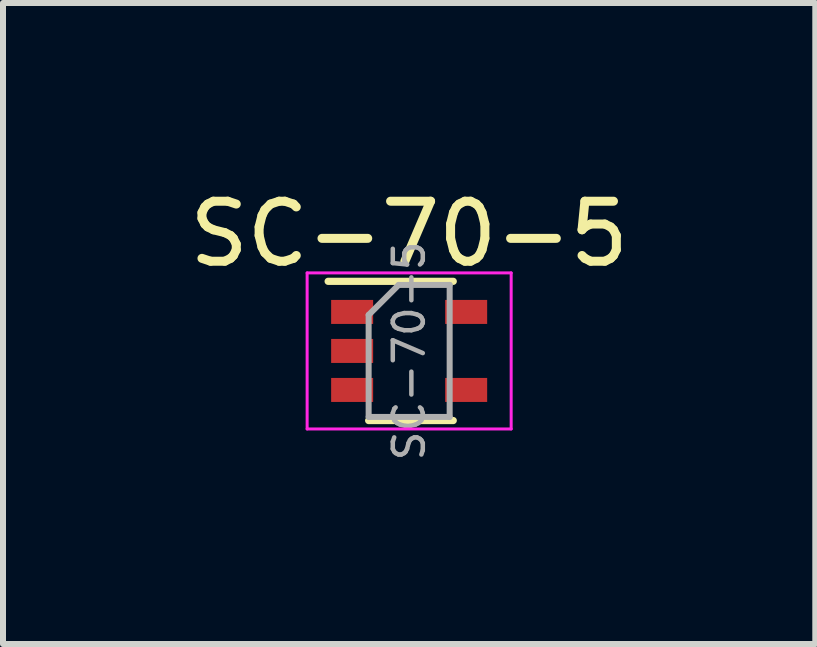
<source format=kicad_pcb>
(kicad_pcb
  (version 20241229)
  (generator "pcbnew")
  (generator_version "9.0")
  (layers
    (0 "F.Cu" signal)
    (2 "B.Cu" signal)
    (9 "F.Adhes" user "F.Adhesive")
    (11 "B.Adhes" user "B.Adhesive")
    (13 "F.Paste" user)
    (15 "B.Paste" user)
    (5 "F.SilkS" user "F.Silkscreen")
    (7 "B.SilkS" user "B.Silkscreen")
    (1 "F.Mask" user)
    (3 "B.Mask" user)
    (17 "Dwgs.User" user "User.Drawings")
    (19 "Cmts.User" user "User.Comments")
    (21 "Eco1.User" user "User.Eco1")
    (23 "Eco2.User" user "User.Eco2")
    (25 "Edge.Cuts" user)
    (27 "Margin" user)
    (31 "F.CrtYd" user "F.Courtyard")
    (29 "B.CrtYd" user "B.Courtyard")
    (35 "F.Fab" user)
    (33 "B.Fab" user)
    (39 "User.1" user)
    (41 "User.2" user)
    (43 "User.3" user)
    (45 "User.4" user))
  (footprint "SC-70-5"
    (layer "F.Cu")
    (at 3.768 2.798)
    (property "Reference" "SC-70-5" (at 0 -1.95 0) (layer "F.SilkS") (effects (font (size 1 1) (thickness 0.15))))
    (attr smd)
    (fp_line (start -0.675 1.16) (end 0.735 1.16) (stroke (width 0.12) (type solid)) (layer "F.SilkS"))
    (fp_line (start 0.735 -1.16) (end -1.35 -1.16) (stroke (width 0.12) (type solid)) (layer "F.SilkS"))
    (fp_line (start -1.7 -1.3) (end 1.7 -1.3) (stroke (width 0.05) (type solid)) (layer "F.CrtYd"))
    (fp_line (start -1.7 1.3) (end -1.7 -1.3) (stroke (width 0.05) (type solid)) (layer "F.CrtYd"))
    (fp_line (start 1.7 -1.3) (end 1.7 1.3) (stroke (width 0.05) (type solid)) (layer "F.CrtYd"))
    (fp_line (start 1.7 1.3) (end -1.7 1.3) (stroke (width 0.05) (type solid)) (layer "F.CrtYd"))
    (fp_line (start -0.675 -0.6) (end -0.675 1.1) (stroke (width 0.1) (type solid)) (layer "F.Fab"))
    (fp_line (start -0.175 -1.1) (end -0.675 -0.6) (stroke (width 0.1) (type solid)) (layer "F.Fab"))
    (fp_line (start 0.675 -1.1) (end -0.175 -1.1) (stroke (width 0.1) (type solid)) (layer "F.Fab"))
    (fp_line (start 0.675 -1.1) (end 0.675 1.1) (stroke (width 0.1) (type solid)) (layer "F.Fab"))
    (fp_line (start 0.675 1.1) (end -0.675 1.1) (stroke (width 0.1) (type solid)) (layer "F.Fab"))
    (fp_text user "${REFERENCE}" (at 0 0 90) (layer "F.Fab") (effects (font (size 0.5 0.5) (thickness 0.075))))
    (pad "1" smd rect (at -0.95 -0.65 270) (size 0.4 0.7) (layers "F.Cu" "F.Mask" "F.Paste"))
    (pad "2" smd rect (at -0.95 0 270) (size 0.4 0.7) (layers "F.Cu" "F.Mask" "F.Paste"))
    (pad "3" smd rect (at -0.95 0.65 270) (size 0.4 0.7) (layers "F.Cu" "F.Mask" "F.Paste"))
    (pad "4" smd rect (at 0.95 0.65 270) (size 0.4 0.7) (layers "F.Cu" "F.Mask" "F.Paste"))
    (pad "5" smd rect (at 0.95 -0.65 270) (size 0.4 0.7) (layers "F.Cu" "F.Mask" "F.Paste")))
  (gr_rect
    (start -3 -3)
    (end 10.536 7.682)
    (stroke (width 0.1) (type default))
    (fill no)
    (layer "Edge.Cuts")))
</source>
